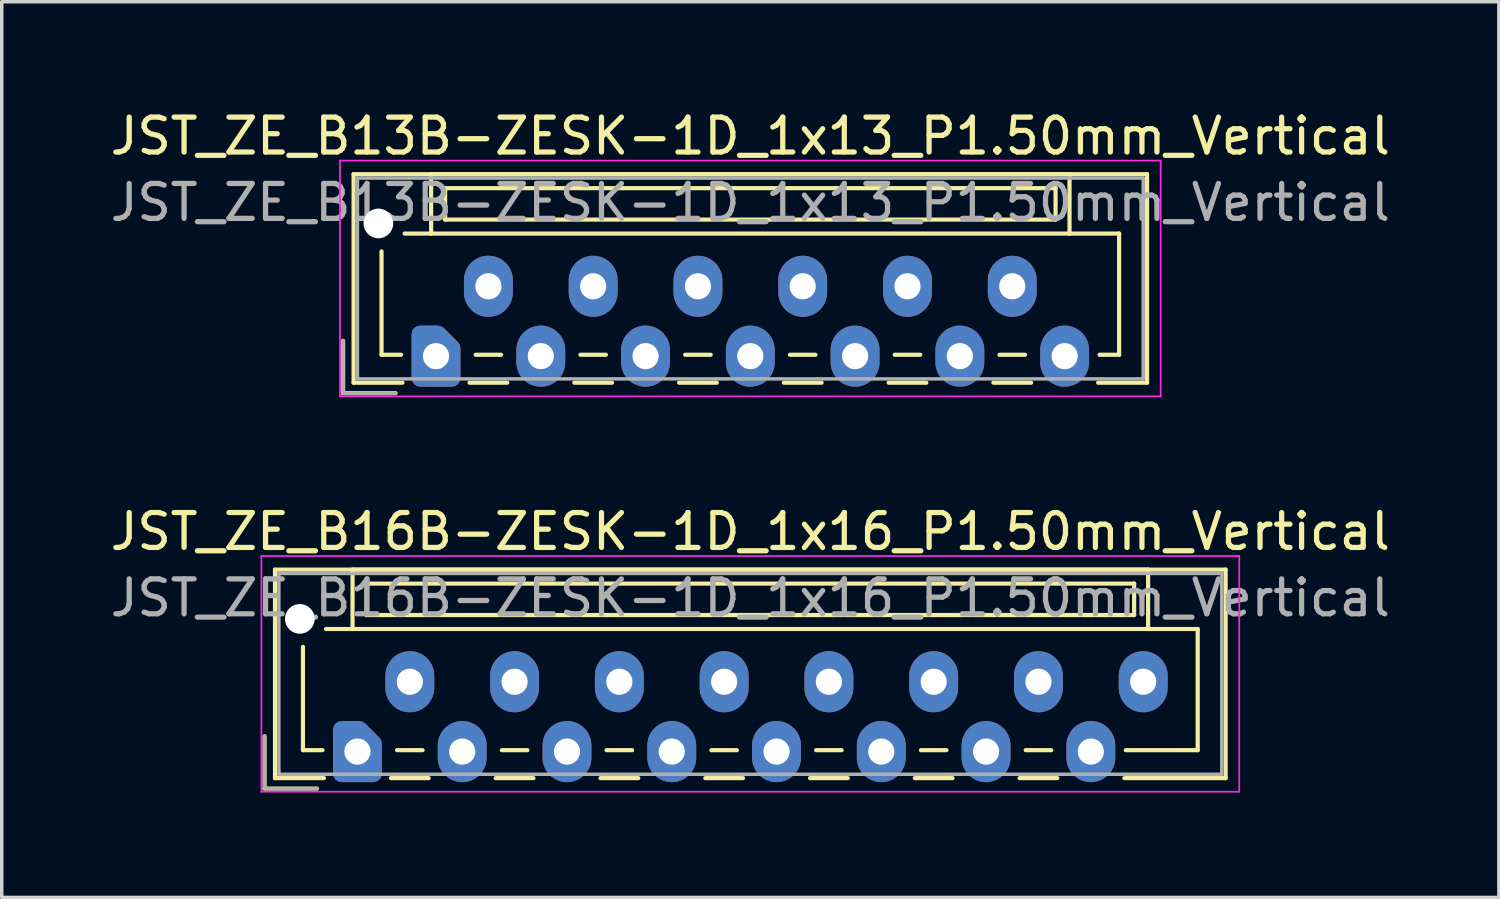
<source format=kicad_pcb>
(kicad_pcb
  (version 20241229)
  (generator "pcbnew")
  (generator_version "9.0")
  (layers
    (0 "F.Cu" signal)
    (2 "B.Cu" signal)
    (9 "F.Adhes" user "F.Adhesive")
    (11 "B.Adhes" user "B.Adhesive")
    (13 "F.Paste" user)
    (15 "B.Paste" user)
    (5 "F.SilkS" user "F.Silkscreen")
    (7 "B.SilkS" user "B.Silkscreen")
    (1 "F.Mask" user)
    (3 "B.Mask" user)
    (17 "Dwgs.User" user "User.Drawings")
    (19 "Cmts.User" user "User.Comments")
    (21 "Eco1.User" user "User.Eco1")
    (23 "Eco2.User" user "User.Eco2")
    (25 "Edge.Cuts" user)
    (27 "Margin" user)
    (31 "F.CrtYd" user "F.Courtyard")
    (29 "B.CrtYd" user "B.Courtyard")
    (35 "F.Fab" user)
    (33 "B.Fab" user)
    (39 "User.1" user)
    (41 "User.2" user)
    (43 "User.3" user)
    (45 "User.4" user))
  (footprint "JST_ZE_B16B-ZESK-1D_1x16_P1.50mm_Vertical"
    (layer "F.Cu")
    (at 7.185 18.471)
    (property "Reference" "JST_ZE_B16B-ZESK-1D_1x16_P1.50mm_Vertical" (at 11.25 -6.3 0) (layer "F.SilkS") (effects (font (size 1 1) (thickness 0.15))))
    (attr through_hole)
    (fp_line (start -2.66 -0.44) (end -2.66 1.06) (stroke (width 0.12) (type solid)) (layer "F.SilkS"))
    (fp_line (start -2.66 1.06) (end -1.16 1.06) (stroke (width 0.12) (type solid)) (layer "F.SilkS"))
    (fp_line (start -2.36 -5.21) (end 24.86 -5.21) (stroke (width 0.12) (type solid)) (layer "F.SilkS"))
    (fp_line (start -2.36 0.76) (end -2.36 -5.21) (stroke (width 0.12) (type solid)) (layer "F.SilkS"))
    (fp_line (start -1.56 -3) (end -1.56 -0.04) (stroke (width 0.12) (type solid)) (layer "F.SilkS"))
    (fp_line (start -1.56 -0.04) (end -1 -0.04) (stroke (width 0.12) (type solid)) (layer "F.SilkS"))
    (fp_line (start -0.96 0.76) (end -2.36 0.76) (stroke (width 0.12) (type solid)) (layer "F.SilkS"))
    (fp_line (start -0.14 -5.21) (end -0.14 -3.51) (stroke (width 0.12) (type solid)) (layer "F.SilkS"))
    (fp_line (start -0.14 -3.51) (end -0.9 -3.51) (stroke (width 0.12) (type solid)) (layer "F.SilkS"))
    (fp_line (start -0.14 -3.51) (end 22.64 -3.51) (stroke (width 0.12) (type solid)) (layer "F.SilkS"))
    (fp_line (start 0.26 -4.81) (end 0.26 -3.91) (stroke (width 0.12) (type solid)) (layer "F.SilkS"))
    (fp_line (start 0.26 -3.91) (end 22.24 -3.91) (stroke (width 0.12) (type solid)) (layer "F.SilkS"))
    (fp_line (start 0.96 0.76) (end 2.04 0.76) (stroke (width 0.12) (type solid)) (layer "F.SilkS"))
    (fp_line (start 1.135 -0.04) (end 1.865 -0.04) (stroke (width 0.12) (type solid)) (layer "F.SilkS"))
    (fp_line (start 3.96 0.76) (end 5.04 0.76) (stroke (width 0.12) (type solid)) (layer "F.SilkS"))
    (fp_line (start 4.135 -0.04) (end 4.865 -0.04) (stroke (width 0.12) (type solid)) (layer "F.SilkS"))
    (fp_line (start 6.96 0.76) (end 8.04 0.76) (stroke (width 0.12) (type solid)) (layer "F.SilkS"))
    (fp_line (start 7.135 -0.04) (end 7.865 -0.04) (stroke (width 0.12) (type solid)) (layer "F.SilkS"))
    (fp_line (start 9.96 0.76) (end 11.04 0.76) (stroke (width 0.12) (type solid)) (layer "F.SilkS"))
    (fp_line (start 10.135 -0.04) (end 10.865 -0.04) (stroke (width 0.12) (type solid)) (layer "F.SilkS"))
    (fp_line (start 12.96 0.76) (end 14.04 0.76) (stroke (width 0.12) (type solid)) (layer "F.SilkS"))
    (fp_line (start 13.135 -0.04) (end 13.865 -0.04) (stroke (width 0.12) (type solid)) (layer "F.SilkS"))
    (fp_line (start 15.96 0.76) (end 17.04 0.76) (stroke (width 0.12) (type solid)) (layer "F.SilkS"))
    (fp_line (start 16.135 -0.04) (end 16.865 -0.04) (stroke (width 0.12) (type solid)) (layer "F.SilkS"))
    (fp_line (start 18.96 0.76) (end 20.04 0.76) (stroke (width 0.12) (type solid)) (layer "F.SilkS"))
    (fp_line (start 19.135 -0.04) (end 19.865 -0.04) (stroke (width 0.12) (type solid)) (layer "F.SilkS"))
    (fp_line (start 22.24 -4.81) (end 0.26 -4.81) (stroke (width 0.12) (type solid)) (layer "F.SilkS"))
    (fp_line (start 22.24 -3.91) (end 22.24 -4.81) (stroke (width 0.12) (type solid)) (layer "F.SilkS"))
    (fp_line (start 22.64 -5.21) (end -0.14 -5.21) (stroke (width 0.12) (type solid)) (layer "F.SilkS"))
    (fp_line (start 22.64 -3.51) (end 22.64 -5.21) (stroke (width 0.12) (type solid)) (layer "F.SilkS"))
    (fp_line (start 22.64 -3.51) (end 24.06 -3.51) (stroke (width 0.12) (type solid)) (layer "F.SilkS"))
    (fp_line (start 24.06 -3.51) (end 24.06 -0.04) (stroke (width 0.12) (type solid)) (layer "F.SilkS"))
    (fp_line (start 24.06 -0.04) (end 22 -0.04) (stroke (width 0.12) (type solid)) (layer "F.SilkS"))
    (fp_line (start 24.86 -5.21) (end 24.86 0.76) (stroke (width 0.12) (type solid)) (layer "F.SilkS"))
    (fp_line (start 24.86 0.76) (end 21.96 0.76) (stroke (width 0.12) (type solid)) (layer "F.SilkS"))
    (fp_line (start -2.75 -5.6) (end -2.75 1.15) (stroke (width 0.05) (type solid)) (layer "F.CrtYd"))
    (fp_line (start -2.75 1.15) (end 25.25 1.15) (stroke (width 0.05) (type solid)) (layer "F.CrtYd"))
    (fp_line (start 25.25 -5.6) (end -2.75 -5.6) (stroke (width 0.05) (type solid)) (layer "F.CrtYd"))
    (fp_line (start 25.25 1.15) (end 25.25 -5.6) (stroke (width 0.05) (type solid)) (layer "F.CrtYd"))
    (fp_line (start -2.66 -0.44) (end -2.66 1.06) (stroke (width 0.1) (type solid)) (layer "F.Fab"))
    (fp_line (start -2.66 1.06) (end -1.16 1.06) (stroke (width 0.1) (type solid)) (layer "F.Fab"))
    (fp_line (start -2.25 -5.1) (end -2.25 0.65) (stroke (width 0.1) (type solid)) (layer "F.Fab"))
    (fp_line (start -2.25 0.65) (end 24.75 0.65) (stroke (width 0.1) (type solid)) (layer "F.Fab"))
    (fp_line (start 24.75 -5.1) (end -2.25 -5.1) (stroke (width 0.1) (type solid)) (layer "F.Fab"))
    (fp_line (start 24.75 0.65) (end 24.75 -5.1) (stroke (width 0.1) (type solid)) (layer "F.Fab"))
    (fp_text user "${REFERENCE}" (at 11.25 -4.4 0) (layer "F.Fab") (effects (font (size 1 1) (thickness 0.15))))
    (pad "" np_thru_hole circle (at -1.65 -3.8) (size 0.85 0.85) (drill 0.85) (layers "*.Cu" "*.Mask"))
    (pad "1" thru_hole custom (at 0 0) (size 1.117 1.117) (drill 0.75) (layers "*.Cu" "*.Mask") (options (anchor circle)) (primitives (gr_poly (pts (xy -0.45 -0.625) (xy 0.05 -0.625) (xy 0.45 -0.225) (xy 0.45 0.625) (xy -0.45 0.625)) (width 0.5) (fill yes))))
    (pad "2" thru_hole oval (at 1.5 -2) (size 1.4 1.75) (drill 0.75) (layers "*.Cu" "*.Mask"))
    (pad "3" thru_hole oval (at 3 0) (size 1.4 1.75) (drill 0.75) (layers "*.Cu" "*.Mask"))
    (pad "4" thru_hole oval (at 4.5 -2) (size 1.4 1.75) (drill 0.75) (layers "*.Cu" "*.Mask"))
    (pad "5" thru_hole oval (at 6 0) (size 1.4 1.75) (drill 0.75) (layers "*.Cu" "*.Mask"))
    (pad "6" thru_hole oval (at 7.5 -2) (size 1.4 1.75) (drill 0.75) (layers "*.Cu" "*.Mask"))
    (pad "7" thru_hole oval (at 9 0) (size 1.4 1.75) (drill 0.75) (layers "*.Cu" "*.Mask"))
    (pad "8" thru_hole oval (at 10.5 -2) (size 1.4 1.75) (drill 0.75) (layers "*.Cu" "*.Mask"))
    (pad "9" thru_hole oval (at 12 0) (size 1.4 1.75) (drill 0.75) (layers "*.Cu" "*.Mask"))
    (pad "10" thru_hole oval (at 13.5 -2) (size 1.4 1.75) (drill 0.75) (layers "*.Cu" "*.Mask"))
    (pad "11" thru_hole oval (at 15 0) (size 1.4 1.75) (drill 0.75) (layers "*.Cu" "*.Mask"))
    (pad "12" thru_hole oval (at 16.5 -2) (size 1.4 1.75) (drill 0.75) (layers "*.Cu" "*.Mask"))
    (pad "13" thru_hole oval (at 18 0) (size 1.4 1.75) (drill 0.75) (layers "*.Cu" "*.Mask"))
    (pad "14" thru_hole oval (at 19.5 -2) (size 1.4 1.75) (drill 0.75) (layers "*.Cu" "*.Mask"))
    (pad "15" thru_hole oval (at 21 0) (size 1.4 1.75) (drill 0.75) (layers "*.Cu" "*.Mask"))
    (pad "16" thru_hole oval (at 22.5 -2) (size 1.4 1.75) (drill 0.75) (layers "*.Cu" "*.Mask")))
  (footprint "JST_ZE_B13B-ZESK-1D_1x13_P1.50mm_Vertical"
    (layer "F.Cu")
    (at 9.435 7.148)
    (property "Reference" "JST_ZE_B13B-ZESK-1D_1x13_P1.50mm_Vertical" (at 9 -6.3 0) (layer "F.SilkS") (effects (font (size 1 1) (thickness 0.15))))
    (attr through_hole)
    (fp_line (start -2.66 -0.44) (end -2.66 1.06) (stroke (width 0.12) (type solid)) (layer "F.SilkS"))
    (fp_line (start -2.66 1.06) (end -1.16 1.06) (stroke (width 0.12) (type solid)) (layer "F.SilkS"))
    (fp_line (start -2.36 -5.21) (end 20.36 -5.21) (stroke (width 0.12) (type solid)) (layer "F.SilkS"))
    (fp_line (start -2.36 0.76) (end -2.36 -5.21) (stroke (width 0.12) (type solid)) (layer "F.SilkS"))
    (fp_line (start -1.56 -3) (end -1.56 -0.04) (stroke (width 0.12) (type solid)) (layer "F.SilkS"))
    (fp_line (start -1.56 -0.04) (end -1 -0.04) (stroke (width 0.12) (type solid)) (layer "F.SilkS"))
    (fp_line (start -0.96 0.76) (end -2.36 0.76) (stroke (width 0.12) (type solid)) (layer "F.SilkS"))
    (fp_line (start -0.14 -5.21) (end -0.14 -3.51) (stroke (width 0.12) (type solid)) (layer "F.SilkS"))
    (fp_line (start -0.14 -3.51) (end -0.9 -3.51) (stroke (width 0.12) (type solid)) (layer "F.SilkS"))
    (fp_line (start -0.14 -3.51) (end 18.14 -3.51) (stroke (width 0.12) (type solid)) (layer "F.SilkS"))
    (fp_line (start 0.26 -4.81) (end 0.26 -3.91) (stroke (width 0.12) (type solid)) (layer "F.SilkS"))
    (fp_line (start 0.26 -3.91) (end 17.74 -3.91) (stroke (width 0.12) (type solid)) (layer "F.SilkS"))
    (fp_line (start 0.96 0.76) (end 2.04 0.76) (stroke (width 0.12) (type solid)) (layer "F.SilkS"))
    (fp_line (start 1.135 -0.04) (end 1.865 -0.04) (stroke (width 0.12) (type solid)) (layer "F.SilkS"))
    (fp_line (start 3.96 0.76) (end 5.04 0.76) (stroke (width 0.12) (type solid)) (layer "F.SilkS"))
    (fp_line (start 4.135 -0.04) (end 4.865 -0.04) (stroke (width 0.12) (type solid)) (layer "F.SilkS"))
    (fp_line (start 6.96 0.76) (end 8.04 0.76) (stroke (width 0.12) (type solid)) (layer "F.SilkS"))
    (fp_line (start 7.135 -0.04) (end 7.865 -0.04) (stroke (width 0.12) (type solid)) (layer "F.SilkS"))
    (fp_line (start 9.96 0.76) (end 11.04 0.76) (stroke (width 0.12) (type solid)) (layer "F.SilkS"))
    (fp_line (start 10.135 -0.04) (end 10.865 -0.04) (stroke (width 0.12) (type solid)) (layer "F.SilkS"))
    (fp_line (start 12.96 0.76) (end 14.04 0.76) (stroke (width 0.12) (type solid)) (layer "F.SilkS"))
    (fp_line (start 13.135 -0.04) (end 13.865 -0.04) (stroke (width 0.12) (type solid)) (layer "F.SilkS"))
    (fp_line (start 15.96 0.76) (end 17.04 0.76) (stroke (width 0.12) (type solid)) (layer "F.SilkS"))
    (fp_line (start 16.135 -0.04) (end 16.865 -0.04) (stroke (width 0.12) (type solid)) (layer "F.SilkS"))
    (fp_line (start 17.74 -4.81) (end 0.26 -4.81) (stroke (width 0.12) (type solid)) (layer "F.SilkS"))
    (fp_line (start 17.74 -3.91) (end 17.74 -4.81) (stroke (width 0.12) (type solid)) (layer "F.SilkS"))
    (fp_line (start 18.14 -5.21) (end -0.14 -5.21) (stroke (width 0.12) (type solid)) (layer "F.SilkS"))
    (fp_line (start 18.14 -3.51) (end 18.14 -5.21) (stroke (width 0.12) (type solid)) (layer "F.SilkS"))
    (fp_line (start 18.14 -3.51) (end 19.56 -3.51) (stroke (width 0.12) (type solid)) (layer "F.SilkS"))
    (fp_line (start 19.56 -3.51) (end 19.56 -0.04) (stroke (width 0.12) (type solid)) (layer "F.SilkS"))
    (fp_line (start 19.56 -0.04) (end 19 -0.04) (stroke (width 0.12) (type solid)) (layer "F.SilkS"))
    (fp_line (start 20.36 -5.21) (end 20.36 0.76) (stroke (width 0.12) (type solid)) (layer "F.SilkS"))
    (fp_line (start 20.36 0.76) (end 18.96 0.76) (stroke (width 0.12) (type solid)) (layer "F.SilkS"))
    (fp_line (start -2.75 -5.6) (end -2.75 1.15) (stroke (width 0.05) (type solid)) (layer "F.CrtYd"))
    (fp_line (start -2.75 1.15) (end 20.75 1.15) (stroke (width 0.05) (type solid)) (layer "F.CrtYd"))
    (fp_line (start 20.75 -5.6) (end -2.75 -5.6) (stroke (width 0.05) (type solid)) (layer "F.CrtYd"))
    (fp_line (start 20.75 1.15) (end 20.75 -5.6) (stroke (width 0.05) (type solid)) (layer "F.CrtYd"))
    (fp_line (start -2.66 -0.44) (end -2.66 1.06) (stroke (width 0.1) (type solid)) (layer "F.Fab"))
    (fp_line (start -2.66 1.06) (end -1.16 1.06) (stroke (width 0.1) (type solid)) (layer "F.Fab"))
    (fp_line (start -2.25 -5.1) (end -2.25 0.65) (stroke (width 0.1) (type solid)) (layer "F.Fab"))
    (fp_line (start -2.25 0.65) (end 20.25 0.65) (stroke (width 0.1) (type solid)) (layer "F.Fab"))
    (fp_line (start 20.25 -5.1) (end -2.25 -5.1) (stroke (width 0.1) (type solid)) (layer "F.Fab"))
    (fp_line (start 20.25 0.65) (end 20.25 -5.1) (stroke (width 0.1) (type solid)) (layer "F.Fab"))
    (fp_text user "${REFERENCE}" (at 9 -4.4 0) (layer "F.Fab") (effects (font (size 1 1) (thickness 0.15))))
    (pad "" np_thru_hole circle (at -1.65 -3.8) (size 0.85 0.85) (drill 0.85) (layers "*.Cu" "*.Mask"))
    (pad "1" thru_hole custom (at 0 0) (size 1.117 1.117) (drill 0.75) (layers "*.Cu" "*.Mask") (options (anchor circle)) (primitives (gr_poly (pts (xy -0.45 -0.625) (xy 0.05 -0.625) (xy 0.45 -0.225) (xy 0.45 0.625) (xy -0.45 0.625)) (width 0.5) (fill yes))))
    (pad "2" thru_hole oval (at 1.5 -2) (size 1.4 1.75) (drill 0.75) (layers "*.Cu" "*.Mask"))
    (pad "3" thru_hole oval (at 3 0) (size 1.4 1.75) (drill 0.75) (layers "*.Cu" "*.Mask"))
    (pad "4" thru_hole oval (at 4.5 -2) (size 1.4 1.75) (drill 0.75) (layers "*.Cu" "*.Mask"))
    (pad "5" thru_hole oval (at 6 0) (size 1.4 1.75) (drill 0.75) (layers "*.Cu" "*.Mask"))
    (pad "6" thru_hole oval (at 7.5 -2) (size 1.4 1.75) (drill 0.75) (layers "*.Cu" "*.Mask"))
    (pad "7" thru_hole oval (at 9 0) (size 1.4 1.75) (drill 0.75) (layers "*.Cu" "*.Mask"))
    (pad "8" thru_hole oval (at 10.5 -2) (size 1.4 1.75) (drill 0.75) (layers "*.Cu" "*.Mask"))
    (pad "9" thru_hole oval (at 12 0) (size 1.4 1.75) (drill 0.75) (layers "*.Cu" "*.Mask"))
    (pad "10" thru_hole oval (at 13.5 -2) (size 1.4 1.75) (drill 0.75) (layers "*.Cu" "*.Mask"))
    (pad "11" thru_hole oval (at 15 0) (size 1.4 1.75) (drill 0.75) (layers "*.Cu" "*.Mask"))
    (pad "12" thru_hole oval (at 16.5 -2) (size 1.4 1.75) (drill 0.75) (layers "*.Cu" "*.Mask"))
    (pad "13" thru_hole oval (at 18 0) (size 1.4 1.75) (drill 0.75) (layers "*.Cu" "*.Mask")))
  (gr_rect
    (start -3 -3)
    (end 39.869 22.646)
    (stroke (width 0.1) (type default))
    (fill no)
    (layer "Edge.Cuts")))
</source>
